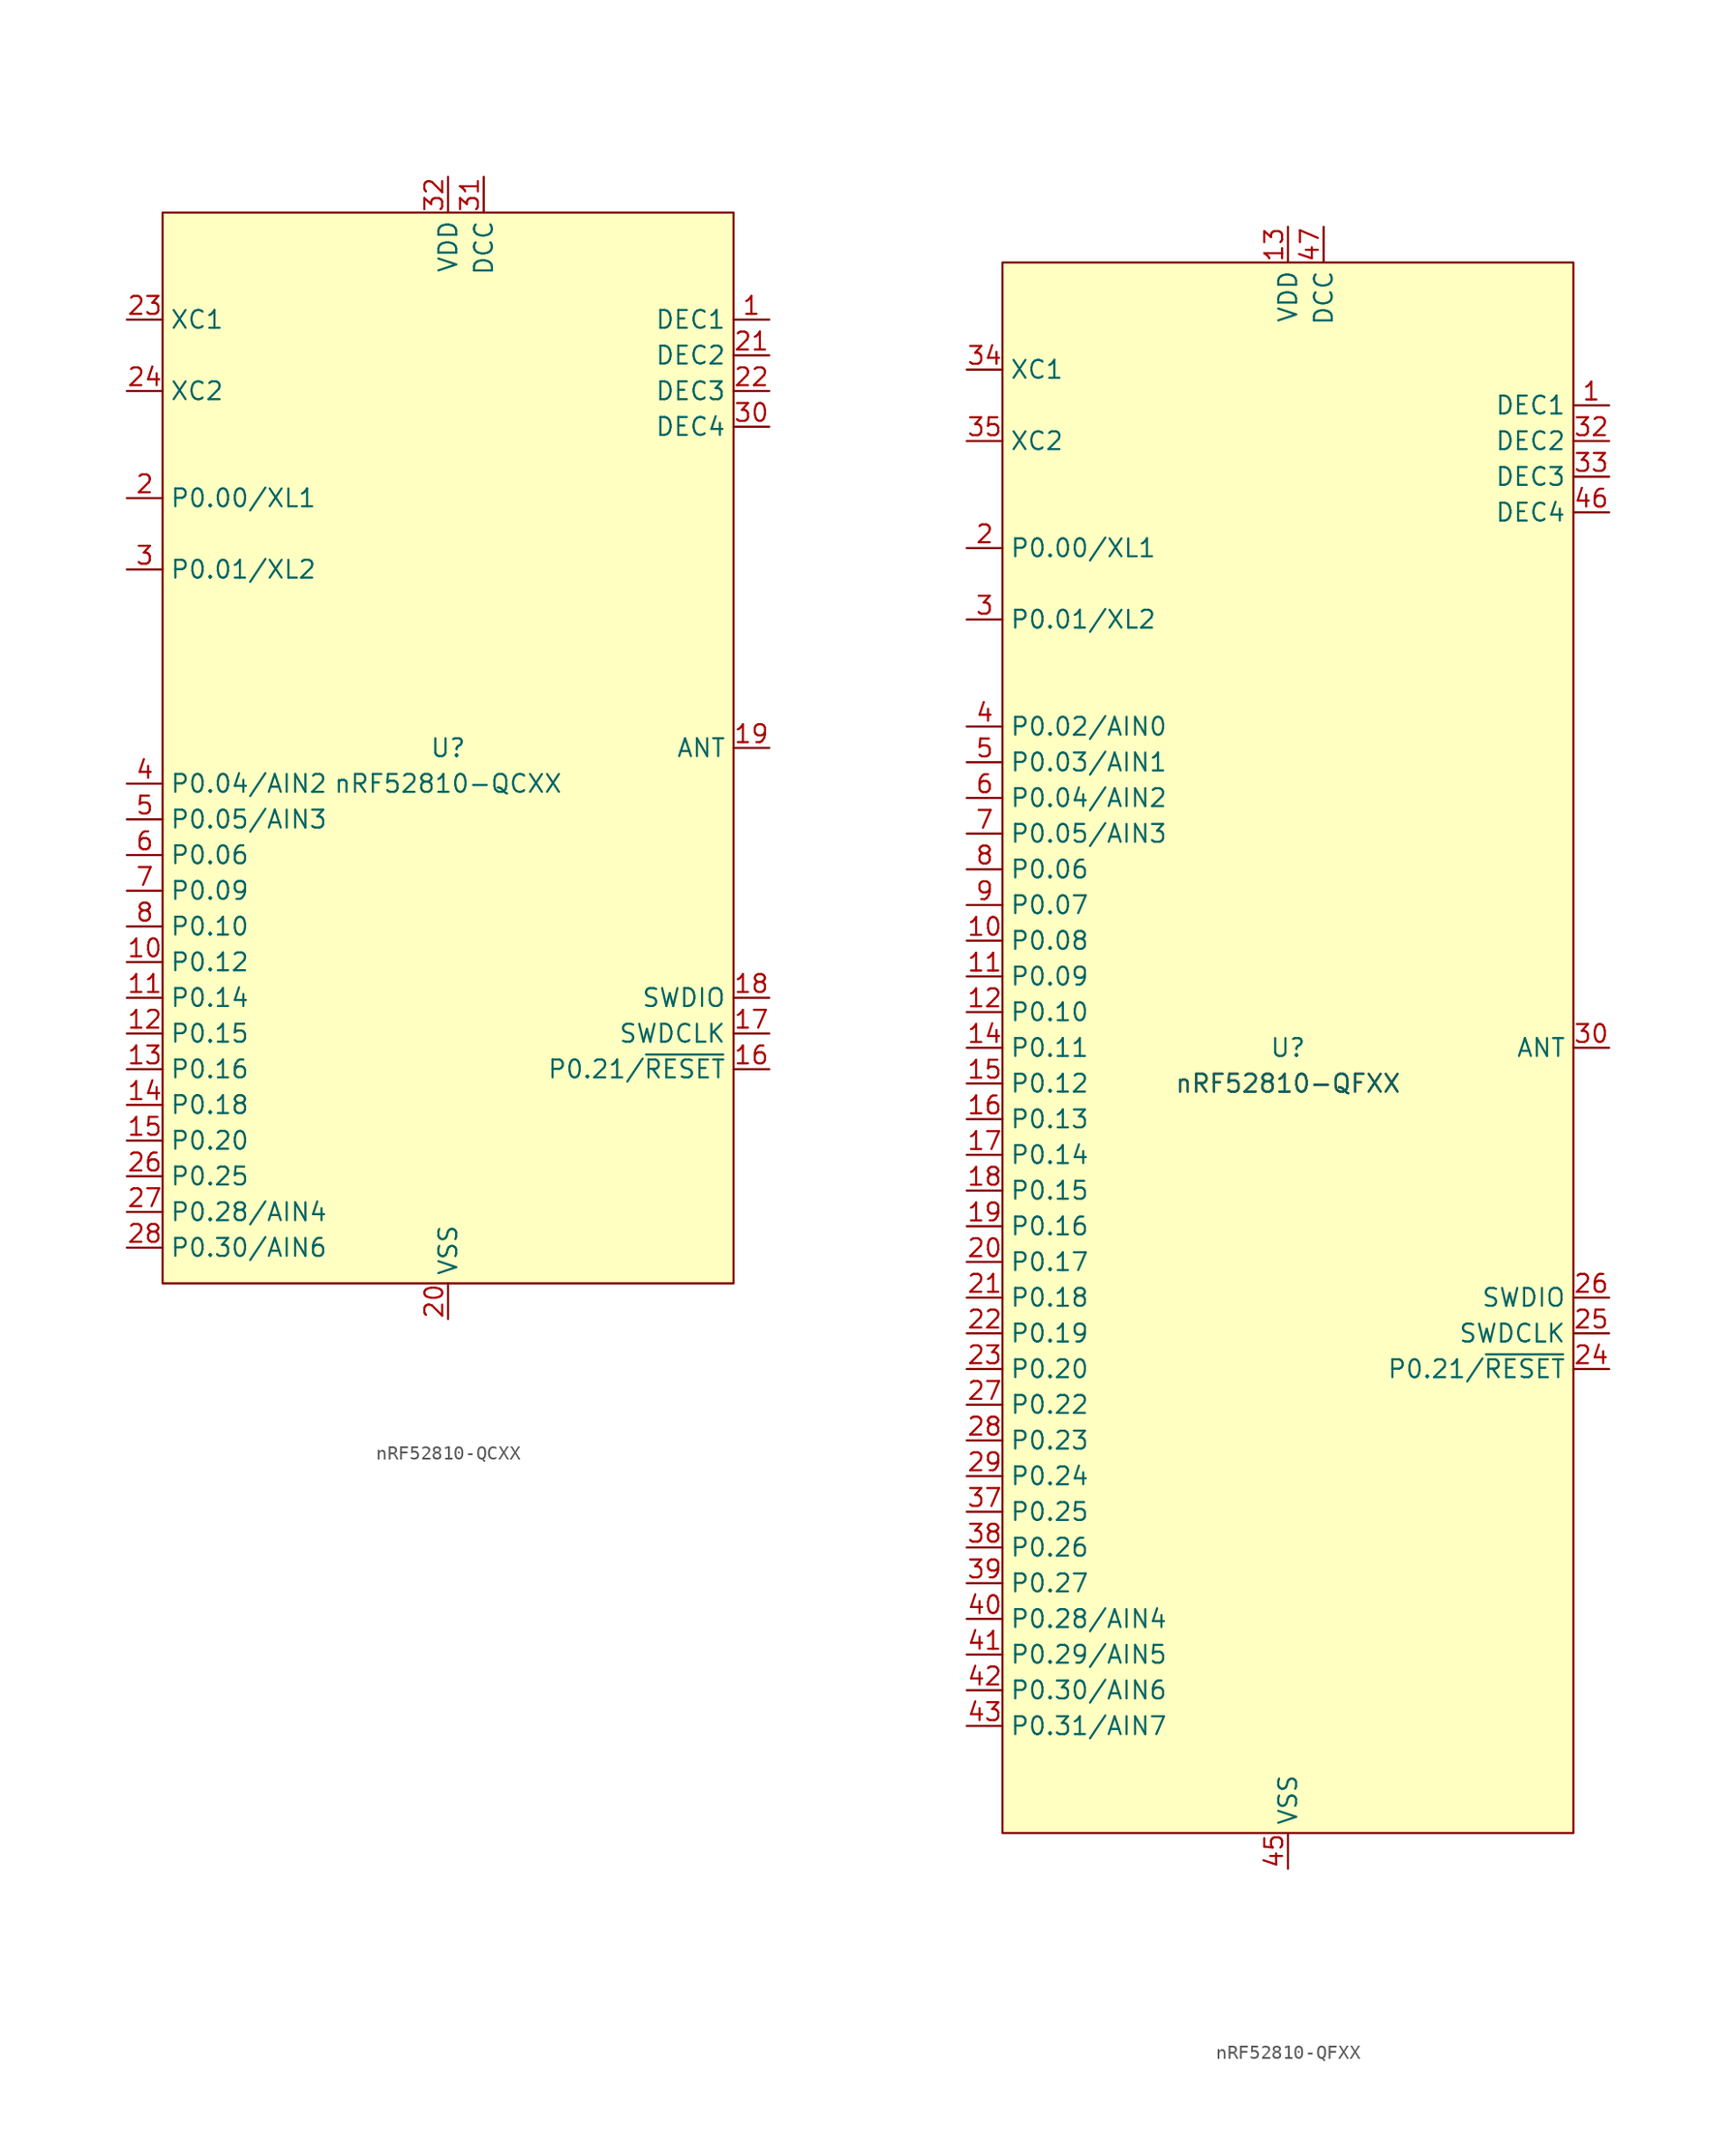
<source format=kicad_sym>
(kicad_symbol_lib
  (version 20220914)
  (generator kicad_symbol_editor)
  (symbol "nRF52810-QCXX"
    (property "Reference" "U"
      (at 0 0 0)
      (do_not_autoplace)
      (effects (font (size 1.27 1.27))))
    (property "Value" "nRF52810-QCXX"
      (at 0 -2.54 0)
      (effects (font (size 1.27 1.27))))
    (symbol "nRF52810-QCXX_0_0"
      (pin unspecified line (at -22.86 -15.24 0) (length 2.54) (name "P0.12" (effects (font (size 1.27 1.27)))) (number "10" (effects (font (size 1.27 1.27)))))
      (pin unspecified line (at -22.86 -17.78 0) (length 2.54) (name "P0.14" (effects (font (size 1.27 1.27)))) (number "11" (effects (font (size 1.27 1.27)))))
      (pin unspecified line (at -22.86 -20.32 0) (length 2.54) (name "P0.15" (effects (font (size 1.27 1.27)))) (number "12" (effects (font (size 1.27 1.27)))))
      (pin unspecified line (at -22.86 -22.86 0) (length 2.54) (name "P0.16" (effects (font (size 1.27 1.27)))) (number "13" (effects (font (size 1.27 1.27)))))
      (pin unspecified line (at -22.86 -25.4 0) (length 2.54) (name "P0.18" (effects (font (size 1.27 1.27)))) (number "14" (effects (font (size 1.27 1.27)))))
      (pin unspecified line (at -22.86 -27.94 0) (length 2.54) (name "P0.20" (effects (font (size 1.27 1.27)))) (number "15" (effects (font (size 1.27 1.27)))))
      (pin unspecified line (at 22.86 -20.32 180) (length 2.54) (name "SWDCLK" (effects (font (size 1.27 1.27)))) (number "17" (effects (font (size 1.27 1.27)))))
      (pin unspecified line (at 22.86 -17.78 180) (length 2.54) (name "SWDIO" (effects (font (size 1.27 1.27)))) (number "18" (effects (font (size 1.27 1.27)))))
      (pin unspecified line (at 22.86 0 180) (length 2.54) (name "ANT" (effects (font (size 1.27 1.27)))) (number "19" (effects (font (size 1.27 1.27)))))
      (pin unspecified line (at -22.86 17.78 0) (length 2.54) (name "P0.00/XL1" (effects (font (size 1.27 1.27)))) (number "2" (effects (font (size 1.27 1.27)))))
      (pin unspecified line (at 0 -40.64 90) (length 2.54) (name "VSS" (effects (font (size 1.27 1.27)))) (number "20" (effects (font (size 1.27 1.27)))))
      (pin unspecified line (at -22.86 30.48 0) (length 2.54) (name "XC1" (effects (font (size 1.27 1.27)))) (number "23" (effects (font (size 1.27 1.27)))))
      (pin unspecified line (at -22.86 25.4 0) (length 2.54) (name "XC2" (effects (font (size 1.27 1.27)))) (number "24" (effects (font (size 1.27 1.27)))))
      (pin unspecified line (at -22.86 -30.48 0) (length 2.54) (name "P0.25" (effects (font (size 1.27 1.27)))) (number "26" (effects (font (size 1.27 1.27)))))
      (pin unspecified line (at -22.86 -33.02 0) (length 2.54) (name "P0.28/AIN4" (effects (font (size 1.27 1.27)))) (number "27" (effects (font (size 1.27 1.27)))))
      (pin unspecified line (at -22.86 -35.56 0) (length 2.54) (name "P0.30/AIN6" (effects (font (size 1.27 1.27)))) (number "28" (effects (font (size 1.27 1.27)))))
      (pin unspecified line (at -22.86 12.7 0) (length 2.54) (name "P0.01/XL2" (effects (font (size 1.27 1.27)))) (number "3" (effects (font (size 1.27 1.27)))))
      (pin unspecified line (at 2.54 40.64 270) (length 2.54) (name "DCC" (effects (font (size 1.27 1.27)))) (number "31" (effects (font (size 1.27 1.27)))))
      (pin unspecified line (at 0 40.64 270) (length 2.54) (name "VDD" (effects (font (size 1.27 1.27)))) (number "32" (effects (font (size 1.27 1.27)))))
      (pin unspecified line (at -22.86 -2.54 0) (length 2.54) (name "P0.04/AIN2" (effects (font (size 1.27 1.27)))) (number "4" (effects (font (size 1.27 1.27)))))
      (pin unspecified line (at -22.86 -5.08 0) (length 2.54) (name "P0.05/AIN3" (effects (font (size 1.27 1.27)))) (number "5" (effects (font (size 1.27 1.27)))))
      (pin unspecified line (at -22.86 -7.62 0) (length 2.54) (name "P0.06" (effects (font (size 1.27 1.27)))) (number "6" (effects (font (size 1.27 1.27)))))
      (pin unspecified line (at -22.86 -10.16 0) (length 2.54) (name "P0.09" (effects (font (size 1.27 1.27)))) (number "7" (effects (font (size 1.27 1.27)))))
      (pin unspecified line (at -22.86 -12.7 0) (length 2.54) (name "P0.10" (effects (font (size 1.27 1.27)))) (number "8" (effects (font (size 1.27 1.27))))))
    (symbol "nRF52810-QCXX_1_0"
      (pin unspecified line (at 22.86 30.48 180) (length 2.54) (name "DEC1" (effects (font (size 1.27 1.27)))) (number "1" (effects (font (size 1.27 1.27)))))
      (pin unspecified line (at 22.86 -22.86 180) (length 2.54) (name "P0.21/~{RESET}" (effects (font (size 1.27 1.27)))) (number "16" (effects (font (size 1.27 1.27)))))
      (pin unspecified line (at 22.86 27.94 180) (length 2.54) (name "DEC2" (effects (font (size 1.27 1.27)))) (number "21" (effects (font (size 1.27 1.27)))))
      (pin unspecified line (at 22.86 25.4 180) (length 2.54) (name "DEC3" (effects (font (size 1.27 1.27)))) (number "22" (effects (font (size 1.27 1.27)))))
      (pin unspecified line (at 0 40.64 270) (length 2.54) hide (name "VDD" (effects (font (size 1.27 1.27)))) (number "25" (effects (font (size 1.27 1.27)))))
      (pin unspecified line (at 0 -40.64 90) (length 2.54) hide (name "VSS" (effects (font (size 1.27 1.27)))) (number "29" (effects (font (size 1.27 1.27)))))
      (pin unspecified line (at 22.86 22.86 180) (length 2.54) (name "DEC4" (effects (font (size 1.27 1.27)))) (number "30" (effects (font (size 1.27 1.27)))))
      (pin unspecified line (at 0 40.64 270) (length 2.54) hide (name "VDD" (effects (font (size 1.27 1.27)))) (number "9" (effects (font (size 1.27 1.27)))))
      (pin unspecified line (at 0 -40.64 90) (length 2.54) hide (name "VSS" (effects (font (size 1.27 1.27)))) (number "EP" (effects (font (size 1.27 1.27))))))
    (symbol "nRF52810-QCXX_1_1"
      (rectangle (start -20.32 38.1) (end 20.32 -38.1) (stroke (width 0) (type default)) (fill (type background)))))
  (symbol "nRF52810-QFXX"
    (property "Reference" "U"
      (at 0 0 0)
      (do_not_autoplace)
      (effects (font (size 1.27 1.27))))
    (property "Value" "nRF52810-QFXX"
      (at 0 -2.54 0)
      (effects (font (size 1.27 1.27))))
    (symbol "nRF52810-QFXX_0_0"
      (pin passive line (at 22.86 45.72 180) (length 2.54) (name "DEC1" (effects (font (size 1.27 1.27)))) (number "1" (effects (font (size 1.27 1.27)))))
      (pin tri_state line (at -22.86 7.62 0) (length 2.54) (name "P0.08" (effects (font (size 1.27 1.27)))) (number "10" (effects (font (size 1.27 1.27)))))
      (pin tri_state line (at -22.86 5.08 0) (length 2.54) (name "P0.09" (effects (font (size 1.27 1.27)))) (number "11" (effects (font (size 1.27 1.27)))))
      (pin tri_state line (at -22.86 2.54 0) (length 2.54) (name "P0.10" (effects (font (size 1.27 1.27)))) (number "12" (effects (font (size 1.27 1.27)))))
      (pin power_in line (at 0 58.42 270) (length 2.54) (name "VDD" (effects (font (size 1.27 1.27)))) (number "13" (effects (font (size 1.27 1.27)))))
      (pin tri_state line (at -22.86 0 0) (length 2.54) (name "P0.11" (effects (font (size 1.27 1.27)))) (number "14" (effects (font (size 1.27 1.27)))))
      (pin tri_state line (at -22.86 -2.54 0) (length 2.54) (name "P0.12" (effects (font (size 1.27 1.27)))) (number "15" (effects (font (size 1.27 1.27)))))
      (pin tri_state line (at -22.86 -5.08 0) (length 2.54) (name "P0.13" (effects (font (size 1.27 1.27)))) (number "16" (effects (font (size 1.27 1.27)))))
      (pin tri_state line (at -22.86 -7.62 0) (length 2.54) (name "P0.14" (effects (font (size 1.27 1.27)))) (number "17" (effects (font (size 1.27 1.27)))))
      (pin tri_state line (at -22.86 -10.16 0) (length 2.54) (name "P0.15" (effects (font (size 1.27 1.27)))) (number "18" (effects (font (size 1.27 1.27)))))
      (pin tri_state line (at -22.86 -12.7 0) (length 2.54) (name "P0.16" (effects (font (size 1.27 1.27)))) (number "19" (effects (font (size 1.27 1.27)))))
      (pin tri_state line (at -22.86 35.56 0) (length 2.54) (name "P0.00/XL1" (effects (font (size 1.27 1.27)))) (number "2" (effects (font (size 1.27 1.27)))))
      (pin tri_state line (at -22.86 -15.24 0) (length 2.54) (name "P0.17" (effects (font (size 1.27 1.27)))) (number "20" (effects (font (size 1.27 1.27)))))
      (pin tri_state line (at -22.86 -17.78 0) (length 2.54) (name "P0.18" (effects (font (size 1.27 1.27)))) (number "21" (effects (font (size 1.27 1.27)))))
      (pin tri_state line (at -22.86 -20.32 0) (length 2.54) (name "P0.19" (effects (font (size 1.27 1.27)))) (number "22" (effects (font (size 1.27 1.27)))))
      (pin tri_state line (at -22.86 -22.86 0) (length 2.54) (name "P0.20" (effects (font (size 1.27 1.27)))) (number "23" (effects (font (size 1.27 1.27)))))
      (pin bidirectional line (at 22.86 -20.32 180) (length 2.54) (name "SWDCLK" (effects (font (size 1.27 1.27)))) (number "25" (effects (font (size 1.27 1.27)))))
      (pin bidirectional line (at 22.86 -17.78 180) (length 2.54) (name "SWDIO" (effects (font (size 1.27 1.27)))) (number "26" (effects (font (size 1.27 1.27)))))
      (pin tri_state line (at -22.86 -25.4 0) (length 2.54) (name "P0.22" (effects (font (size 1.27 1.27)))) (number "27" (effects (font (size 1.27 1.27)))))
      (pin tri_state line (at -22.86 -27.94 0) (length 2.54) (name "P0.23" (effects (font (size 1.27 1.27)))) (number "28" (effects (font (size 1.27 1.27)))))
      (pin tri_state line (at -22.86 -30.48 0) (length 2.54) (name "P0.24" (effects (font (size 1.27 1.27)))) (number "29" (effects (font (size 1.27 1.27)))))
      (pin tri_state line (at -22.86 30.48 0) (length 2.54) (name "P0.01/XL2" (effects (font (size 1.27 1.27)))) (number "3" (effects (font (size 1.27 1.27)))))
      (pin output line (at 22.86 0 180) (length 2.54) (name "ANT" (effects (font (size 1.27 1.27)))) (number "30" (effects (font (size 1.27 1.27)))))
      (pin passive line (at 22.86 43.18 180) (length 2.54) (name "DEC2" (effects (font (size 1.27 1.27)))) (number "32" (effects (font (size 1.27 1.27)))))
      (pin passive line (at 22.86 40.64 180) (length 2.54) (name "DEC3" (effects (font (size 1.27 1.27)))) (number "33" (effects (font (size 1.27 1.27)))))
      (pin passive line (at -22.86 48.26 0) (length 2.54) (name "XC1" (effects (font (size 1.27 1.27)))) (number "34" (effects (font (size 1.27 1.27)))))
      (pin passive line (at -22.86 43.18 0) (length 2.54) (name "XC2" (effects (font (size 1.27 1.27)))) (number "35" (effects (font (size 1.27 1.27)))))
      (pin tri_state line (at -22.86 -33.02 0) (length 2.54) (name "P0.25" (effects (font (size 1.27 1.27)))) (number "37" (effects (font (size 1.27 1.27)))))
      (pin tri_state line (at -22.86 -35.56 0) (length 2.54) (name "P0.26" (effects (font (size 1.27 1.27)))) (number "38" (effects (font (size 1.27 1.27)))))
      (pin tri_state line (at -22.86 -38.1 0) (length 2.54) (name "P0.27" (effects (font (size 1.27 1.27)))) (number "39" (effects (font (size 1.27 1.27)))))
      (pin tri_state line (at -22.86 22.86 0) (length 2.54) (name "P0.02/AIN0" (effects (font (size 1.27 1.27)))) (number "4" (effects (font (size 1.27 1.27)))))
      (pin tri_state line (at -22.86 -40.64 0) (length 2.54) (name "P0.28/AIN4" (effects (font (size 1.27 1.27)))) (number "40" (effects (font (size 1.27 1.27)))))
      (pin tri_state line (at -22.86 -43.18 0) (length 2.54) (name "P0.29/AIN5" (effects (font (size 1.27 1.27)))) (number "41" (effects (font (size 1.27 1.27)))))
      (pin tri_state line (at -22.86 -45.72 0) (length 2.54) (name "P0.30/AIN6" (effects (font (size 1.27 1.27)))) (number "42" (effects (font (size 1.27 1.27)))))
      (pin tri_state line (at -22.86 -48.26 0) (length 2.54) (name "P0.31/AIN7" (effects (font (size 1.27 1.27)))) (number "43" (effects (font (size 1.27 1.27)))))
      (pin passive line (at 0 -58.42 90) (length 2.54) (name "VSS" (effects (font (size 1.27 1.27)))) (number "45" (effects (font (size 1.27 1.27)))))
      (pin passive line (at 22.86 38.1 180) (length 2.54) (name "DEC4" (effects (font (size 1.27 1.27)))) (number "46" (effects (font (size 1.27 1.27)))))
      (pin output line (at 2.54 58.42 270) (length 2.54) (name "DCC" (effects (font (size 1.27 1.27)))) (number "47" (effects (font (size 1.27 1.27)))))
      (pin tri_state line (at -22.86 20.32 0) (length 2.54) (name "P0.03/AIN1" (effects (font (size 1.27 1.27)))) (number "5" (effects (font (size 1.27 1.27)))))
      (pin tri_state line (at -22.86 17.78 0) (length 2.54) (name "P0.04/AIN2" (effects (font (size 1.27 1.27)))) (number "6" (effects (font (size 1.27 1.27)))))
      (pin tri_state line (at -22.86 15.24 0) (length 2.54) (name "P0.05/AIN3" (effects (font (size 1.27 1.27)))) (number "7" (effects (font (size 1.27 1.27)))))
      (pin tri_state line (at -22.86 12.7 0) (length 2.54) (name "P0.06" (effects (font (size 1.27 1.27)))) (number "8" (effects (font (size 1.27 1.27)))))
      (pin tri_state line (at -22.86 10.16 0) (length 2.54) (name "P0.07" (effects (font (size 1.27 1.27)))) (number "9" (effects (font (size 1.27 1.27))))))
    (symbol "nRF52810-QFXX_1_0"
      (pin tri_state line (at 22.86 -22.86 180) (length 2.54) (name "P0.21/~{RESET}" (effects (font (size 1.27 1.27)))) (number "24" (effects (font (size 1.27 1.27)))))
      (pin passive line (at 0 -58.42 90) (length 2.54) hide (name "VSS" (effects (font (size 1.27 1.27)))) (number "31" (effects (font (size 1.27 1.27)))))
      (pin power_in line (at 0 58.42 270) (length 2.54) hide (name "VDD" (effects (font (size 1.27 1.27)))) (number "36" (effects (font (size 1.27 1.27)))))
      (pin free line (at 0 -58.42 90) (length 2.54) hide (name "NC" (effects (font (size 1.27 1.27)))) (number "44" (effects (font (size 1.27 1.27)))))
      (pin power_in line (at 0 58.42 270) (length 2.54) hide (name "VDD" (effects (font (size 1.27 1.27)))) (number "48" (effects (font (size 1.27 1.27)))))
      (pin unspecified line (at 0 -58.42 90) (length 2.54) hide (name "EP" (effects (font (size 1.27 1.27)))) (number "49" (effects (font (size 1.27 1.27))))))
    (symbol "nRF52810-QFXX_1_1"
      (rectangle (start -20.32 55.88) (end 20.32 -55.88) (stroke (width 0) (type default)) (fill (type background)))
      (text "nRF52810-QFXX" (at 0 -2.54 0) (effects (font (size 1.27 1.27)))))))
</source>
